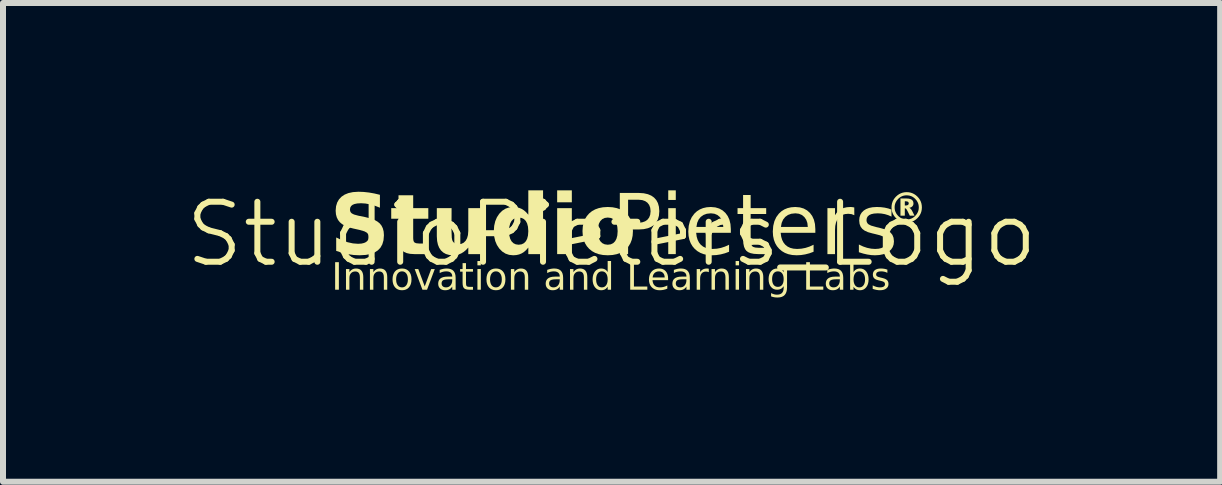
<source format=kicad_pcb>
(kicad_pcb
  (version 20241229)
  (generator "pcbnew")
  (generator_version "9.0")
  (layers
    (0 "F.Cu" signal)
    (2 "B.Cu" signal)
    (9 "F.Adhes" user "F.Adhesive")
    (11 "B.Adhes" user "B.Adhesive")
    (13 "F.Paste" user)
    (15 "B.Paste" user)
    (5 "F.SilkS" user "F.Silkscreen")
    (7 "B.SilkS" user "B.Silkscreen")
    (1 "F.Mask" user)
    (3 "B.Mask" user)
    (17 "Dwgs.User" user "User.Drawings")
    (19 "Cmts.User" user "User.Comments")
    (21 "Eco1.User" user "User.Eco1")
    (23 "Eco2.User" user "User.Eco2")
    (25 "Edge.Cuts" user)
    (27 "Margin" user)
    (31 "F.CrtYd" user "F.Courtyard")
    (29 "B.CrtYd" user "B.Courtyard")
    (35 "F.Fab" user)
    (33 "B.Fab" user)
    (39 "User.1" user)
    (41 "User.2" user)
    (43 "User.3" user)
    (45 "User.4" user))
  (footprint "StudioPieters_Logo"
    (layer "F.Cu")
    (at 7.145 1.356)
    (property "Reference" "StudioPieters_Logo" (at 0 -0.5 0) (unlocked yes) (layer "F.SilkS") (effects (font (size 1 1) (thickness 0.1))))
    (attr smd)
    (fp_text user "®" (at 4.57 -0.61 0) (unlocked yes) (layer "F.SilkS") (effects (font (face "Poppins SemiBold") (size 0.5 0.5) (thickness 0.1)) (justify left bottom)))
    (fp_text user "Innovation and Learning Labs" (at -4.67 0.5 0) (unlocked yes) (layer "F.SilkS") (effects (font (face "Poppins") (size 0.45 0.45) (thickness 0.1)) (justify left bottom)))
    (fp_text user "Studio" (at -4.7 0 0) (unlocked yes) (layer "F.SilkS") (effects (font (face "Poppins ExtraBold") (size 1 1) (thickness 0.1)) (justify left bottom)))
    (fp_text user "Pieters" (at 0 0 0) (unlocked yes) (layer "F.SilkS") (effects (font (face "Poppins") (size 1 1) (thickness 0.1)) (justify left bottom))))
  (gr_rect
    (start -3 -3)
    (end 17.29 4.981)
    (stroke (width 0.1) (type default))
    (fill no)
    (layer "Edge.Cuts")))
</source>
